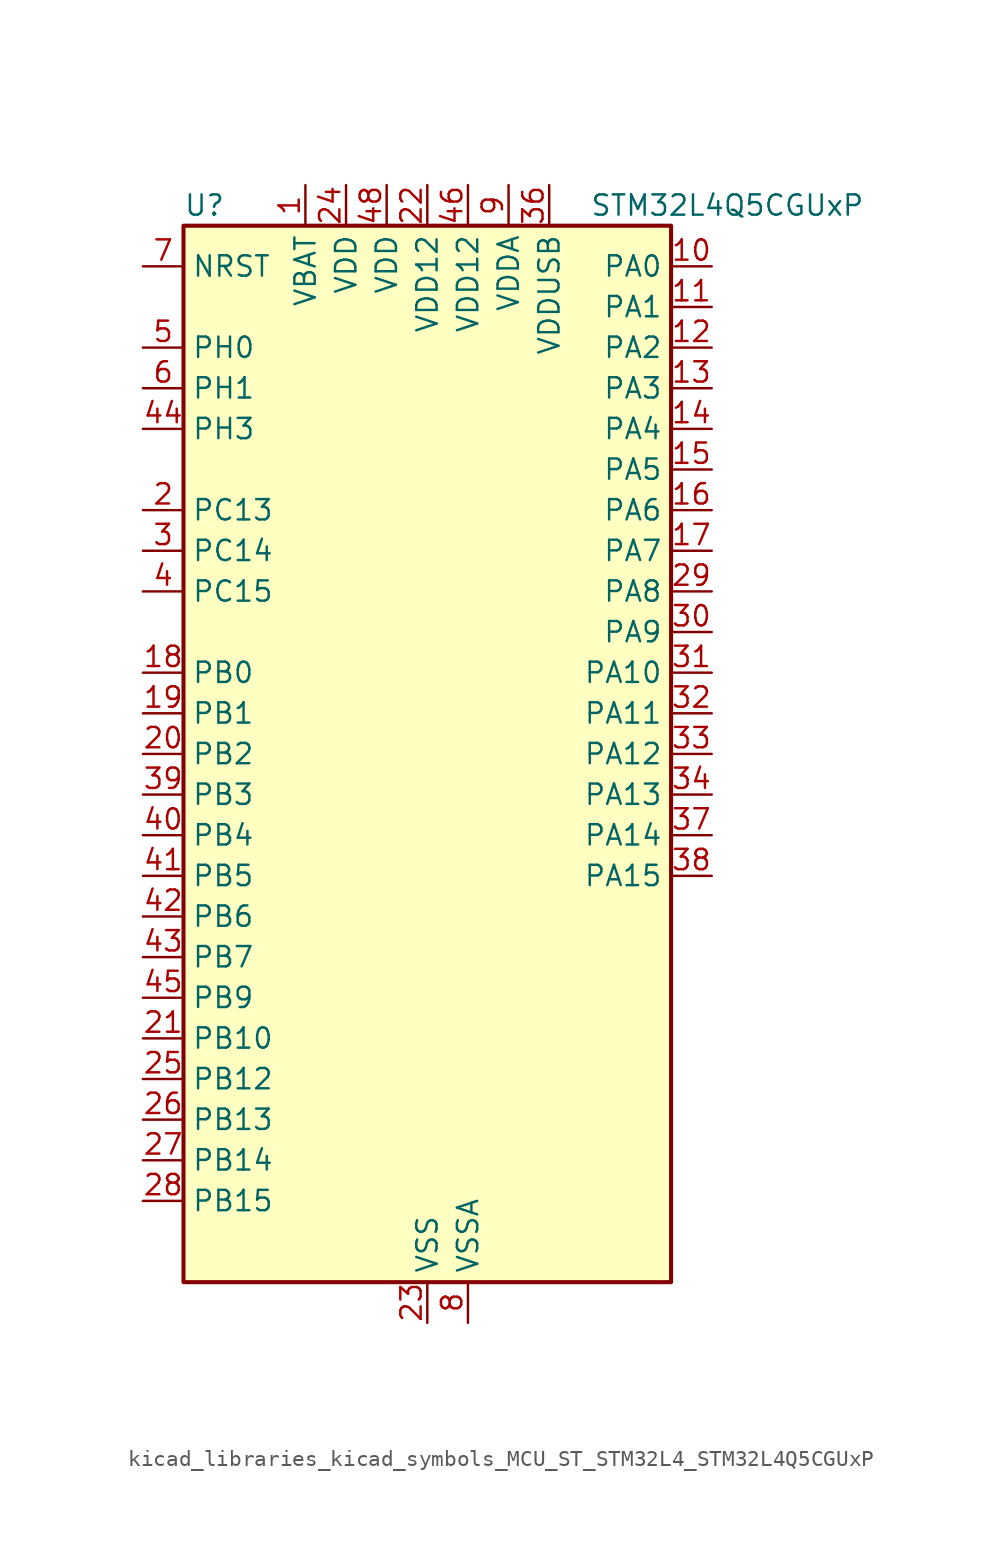
<source format=kicad_sym>
(kicad_symbol_lib
  (version 20220914)
  (generator kicad_symbol_editor)
  (symbol "kicad_libraries_kicad_symbols_MCU_ST_STM32L4_STM32L4Q5CGUxP"
    (property "Reference" "U"
      (at -15.24 34.29 0)
      (effects (font (size 1.27 1.27)) (justify left)))
    (property "Value" "STM32L4Q5CGUxP"
      (at 10.16 34.29 0)
      (effects (font (size 1.27 1.27)) (justify left)))
    (property "ki_locked" ""
      (at 0 0 0)
      (effects (font (size 1.27 1.27))))
    (symbol "kicad_libraries_kicad_symbols_MCU_ST_STM32L4_STM32L4Q5CGUxP_0_1"
      (rectangle (start -15.24 -33.02) (end 15.24 33.02) (stroke (width 0.254) (type default)) (fill (type background))))
    (symbol "kicad_libraries_kicad_symbols_MCU_ST_STM32L4_STM32L4Q5CGUxP_1_1"
      (pin power_in line (at -7.62 35.56 270) (length 2.54) (name "VBAT" (effects (font (size 1.27 1.27)))) (number "1" (effects (font (size 1.27 1.27)))))
      (pin bidirectional line (at 17.78 30.48 180) (length 2.54) (name "PA0" (effects (font (size 1.27 1.27)))) (number "10" (effects (font (size 1.27 1.27)))) (alternate "ADC1_IN5" bidirectional line) (alternate "ADC2_IN5" bidirectional line) (alternate "OPAMP1_VINP" bidirectional line) (alternate "RTC_TAMP2" bidirectional line) (alternate "SAI1_EXTCLK" bidirectional line) (alternate "SYS_WKUP1" bidirectional line) (alternate "TIM2_CH1" bidirectional line) (alternate "TIM2_ETR" bidirectional line) (alternate "TIM5_CH1" bidirectional line) (alternate "TIM8_ETR" bidirectional line) (alternate "UART4_TX" bidirectional line) (alternate "USART2_CTS" bidirectional line) (alternate "USART2_NSS" bidirectional line))
      (pin bidirectional line (at 17.78 27.94 180) (length 2.54) (name "PA1" (effects (font (size 1.27 1.27)))) (number "11" (effects (font (size 1.27 1.27)))) (alternate "ADC1_IN6" bidirectional line) (alternate "ADC2_IN6" bidirectional line) (alternate "I2C1_SMBA" bidirectional line) (alternate "OCTOSPIM_P1_DQS" bidirectional line) (alternate "OPAMP1_VINM" bidirectional line) (alternate "SDMMC2_CMD" bidirectional line) (alternate "SPI1_SCK" bidirectional line) (alternate "TIM15_CH1N" bidirectional line) (alternate "TIM2_CH2" bidirectional line) (alternate "TIM5_CH2" bidirectional line) (alternate "UART4_RX" bidirectional line) (alternate "USART2_DE" bidirectional line) (alternate "USART2_RTS" bidirectional line))
      (pin bidirectional line (at 17.78 25.4 180) (length 2.54) (name "PA2" (effects (font (size 1.27 1.27)))) (number "12" (effects (font (size 1.27 1.27)))) (alternate "ADC1_IN7" bidirectional line) (alternate "ADC2_IN7" bidirectional line) (alternate "LPUART1_TX" bidirectional line) (alternate "OCTOSPIM_P1_NCS" bidirectional line) (alternate "RCC_LSCO" bidirectional line) (alternate "SAI2_EXTCLK" bidirectional line) (alternate "SYS_WKUP4" bidirectional line) (alternate "TIM15_CH1" bidirectional line) (alternate "TIM2_CH3" bidirectional line) (alternate "TIM5_CH3" bidirectional line) (alternate "USART2_TX" bidirectional line))
      (pin bidirectional line (at 17.78 22.86 180) (length 2.54) (name "PA3" (effects (font (size 1.27 1.27)))) (number "13" (effects (font (size 1.27 1.27)))) (alternate "ADC1_IN8" bidirectional line) (alternate "ADC2_IN8" bidirectional line) (alternate "LPUART1_RX" bidirectional line) (alternate "OCTOSPIM_P1_CLK" bidirectional line) (alternate "OPAMP1_VOUT" bidirectional line) (alternate "SAI1_CK1" bidirectional line) (alternate "SAI1_MCLK_A" bidirectional line) (alternate "TIM15_CH2" bidirectional line) (alternate "TIM2_CH4" bidirectional line) (alternate "TIM5_CH4" bidirectional line) (alternate "USART2_RX" bidirectional line))
      (pin bidirectional line (at 17.78 20.32 180) (length 2.54) (name "PA4" (effects (font (size 1.27 1.27)))) (number "14" (effects (font (size 1.27 1.27)))) (alternate "ADC1_IN9" bidirectional line) (alternate "ADC2_IN9" bidirectional line) (alternate "DAC1_OUT1" bidirectional line) (alternate "LPTIM2_OUT" bidirectional line) (alternate "LTDC_CLK" bidirectional line) (alternate "OCTOSPIM_P1_NCS" bidirectional line) (alternate "SAI1_FS_B" bidirectional line) (alternate "SPI1_NSS" bidirectional line) (alternate "SPI3_NSS" bidirectional line) (alternate "USART2_CK" bidirectional line))
      (pin bidirectional line (at 17.78 17.78 180) (length 2.54) (name "PA5" (effects (font (size 1.27 1.27)))) (number "15" (effects (font (size 1.27 1.27)))) (alternate "ADC1_IN10" bidirectional line) (alternate "ADC2_IN10" bidirectional line) (alternate "DAC1_OUT2" bidirectional line) (alternate "LPTIM2_ETR" bidirectional line) (alternate "LTDC_R7" bidirectional line) (alternate "SPI1_SCK" bidirectional line) (alternate "TIM2_CH1" bidirectional line) (alternate "TIM2_ETR" bidirectional line) (alternate "TIM8_CH1N" bidirectional line))
      (pin bidirectional line (at 17.78 15.24 180) (length 2.54) (name "PA6" (effects (font (size 1.27 1.27)))) (number "16" (effects (font (size 1.27 1.27)))) (alternate "ADC1_IN11" bidirectional line) (alternate "ADC2_IN11" bidirectional line) (alternate "LPUART1_CTS" bidirectional line) (alternate "OCTOSPIM_P1_IO3" bidirectional line) (alternate "OPAMP2_VINP" bidirectional line) (alternate "SPI1_MISO" bidirectional line) (alternate "TIM16_CH1" bidirectional line) (alternate "TIM1_BKIN" bidirectional line) (alternate "TIM3_CH1" bidirectional line) (alternate "TIM8_BKIN" bidirectional line) (alternate "USART3_CTS" bidirectional line) (alternate "USART3_NSS" bidirectional line))
      (pin bidirectional line (at 17.78 12.7 180) (length 2.54) (name "PA7" (effects (font (size 1.27 1.27)))) (number "17" (effects (font (size 1.27 1.27)))) (alternate "ADC1_IN12" bidirectional line) (alternate "ADC2_IN12" bidirectional line) (alternate "I2C3_SCL" bidirectional line) (alternate "OCTOSPIM_P1_IO2" bidirectional line) (alternate "OPAMP2_VINM" bidirectional line) (alternate "SPI1_MOSI" bidirectional line) (alternate "TIM17_CH1" bidirectional line) (alternate "TIM1_CH1N" bidirectional line) (alternate "TIM3_CH2" bidirectional line) (alternate "TIM8_CH1N" bidirectional line))
      (pin bidirectional line (at -17.78 5.08 0) (length 2.54) (name "PB0" (effects (font (size 1.27 1.27)))) (number "18" (effects (font (size 1.27 1.27)))) (alternate "ADC1_IN15" bidirectional line) (alternate "ADC2_IN15" bidirectional line) (alternate "COMP1_OUT" bidirectional line) (alternate "LTDC_B6" bidirectional line) (alternate "OCTOSPIM_P1_IO1" bidirectional line) (alternate "OPAMP2_VOUT" bidirectional line) (alternate "SAI1_EXTCLK" bidirectional line) (alternate "SPI1_NSS" bidirectional line) (alternate "TIM1_CH2N" bidirectional line) (alternate "TIM3_CH3" bidirectional line) (alternate "TIM8_CH2N" bidirectional line) (alternate "USART3_CK" bidirectional line))
      (pin bidirectional line (at -17.78 2.54 0) (length 2.54) (name "PB1" (effects (font (size 1.27 1.27)))) (number "19" (effects (font (size 1.27 1.27)))) (alternate "ADC1_IN16" bidirectional line) (alternate "ADC2_IN16" bidirectional line) (alternate "COMP1_INM" bidirectional line) (alternate "DFSDM1_DATIN0" bidirectional line) (alternate "LPTIM2_IN1" bidirectional line) (alternate "LPUART1_DE" bidirectional line) (alternate "LPUART1_RTS" bidirectional line) (alternate "LTDC_G6" bidirectional line) (alternate "OCTOSPIM_P1_IO0" bidirectional line) (alternate "TIM1_CH3N" bidirectional line) (alternate "TIM3_CH4" bidirectional line) (alternate "TIM8_CH3N" bidirectional line) (alternate "USART3_DE" bidirectional line) (alternate "USART3_RTS" bidirectional line))
      (pin bidirectional line (at -17.78 15.24 0) (length 2.54) (name "PC13" (effects (font (size 1.27 1.27)))) (number "2" (effects (font (size 1.27 1.27)))) (alternate "RTC_OUT1" bidirectional line) (alternate "RTC_TAMP1" bidirectional line) (alternate "RTC_TS" bidirectional line) (alternate "SYS_WKUP2" bidirectional line))
      (pin bidirectional line (at -17.78 0 0) (length 2.54) (name "PB2" (effects (font (size 1.27 1.27)))) (number "20" (effects (font (size 1.27 1.27)))) (alternate "COMP1_INP" bidirectional line) (alternate "DFSDM1_CKIN0" bidirectional line) (alternate "I2C3_SMBA" bidirectional line) (alternate "LPTIM1_OUT" bidirectional line) (alternate "OCTOSPIM_P1_DQS" bidirectional line) (alternate "RTC_OUT2" bidirectional line))
      (pin bidirectional line (at -17.78 -17.78 0) (length 2.54) (name "PB10" (effects (font (size 1.27 1.27)))) (number "21" (effects (font (size 1.27 1.27)))) (alternate "COMP1_OUT" bidirectional line) (alternate "I2C2_SCL" bidirectional line) (alternate "I2C4_SCL" bidirectional line) (alternate "LPUART1_RX" bidirectional line) (alternate "OCTOSPIM_P1_CLK" bidirectional line) (alternate "OCTOSPIM_P1_IO3" bidirectional line) (alternate "SAI1_SCK_A" bidirectional line) (alternate "SPI2_SCK" bidirectional line) (alternate "TIM2_CH3" bidirectional line) (alternate "TSC_SYNC" bidirectional line) (alternate "USART3_TX" bidirectional line))
      (pin power_in line (at 0 35.56 270) (length 2.54) (name "VDD12" (effects (font (size 1.27 1.27)))) (number "22" (effects (font (size 1.27 1.27)))))
      (pin power_in line (at 0 -35.56 90) (length 2.54) (name "VSS" (effects (font (size 1.27 1.27)))) (number "23" (effects (font (size 1.27 1.27)))))
      (pin power_in line (at -5.08 35.56 270) (length 2.54) (name "VDD" (effects (font (size 1.27 1.27)))) (number "24" (effects (font (size 1.27 1.27)))))
      (pin bidirectional line (at -17.78 -20.32 0) (length 2.54) (name "PB12" (effects (font (size 1.27 1.27)))) (number "25" (effects (font (size 1.27 1.27)))) (alternate "DFSDM1_DATIN1" bidirectional line) (alternate "I2C2_SMBA" bidirectional line) (alternate "LPUART1_DE" bidirectional line) (alternate "LPUART1_RTS" bidirectional line) (alternate "OCTOSPIM_P1_NCLK" bidirectional line) (alternate "SAI2_FS_A" bidirectional line) (alternate "SDMMC2_CK" bidirectional line) (alternate "SPI2_NSS" bidirectional line) (alternate "TIM15_BKIN" bidirectional line) (alternate "TIM1_BKIN" bidirectional line) (alternate "TSC_G1_IO1" bidirectional line) (alternate "USART3_CK" bidirectional line))
      (pin bidirectional line (at -17.78 -22.86 0) (length 2.54) (name "PB13" (effects (font (size 1.27 1.27)))) (number "26" (effects (font (size 1.27 1.27)))) (alternate "DFSDM1_CKIN1" bidirectional line) (alternate "I2C2_SCL" bidirectional line) (alternate "LPUART1_CTS" bidirectional line) (alternate "OCTOSPIM_P1_IO1" bidirectional line) (alternate "SAI2_SCK_A" bidirectional line) (alternate "SPI2_SCK" bidirectional line) (alternate "TIM15_CH1N" bidirectional line) (alternate "TIM1_CH1N" bidirectional line) (alternate "TSC_G1_IO2" bidirectional line) (alternate "USART3_CTS" bidirectional line) (alternate "USART3_NSS" bidirectional line))
      (pin bidirectional line (at -17.78 -25.4 0) (length 2.54) (name "PB14" (effects (font (size 1.27 1.27)))) (number "27" (effects (font (size 1.27 1.27)))) (alternate "DFSDM1_DATIN2" bidirectional line) (alternate "I2C2_SDA" bidirectional line) (alternate "OCTOSPIM_P1_IO6" bidirectional line) (alternate "SAI2_MCLK_A" bidirectional line) (alternate "SDMMC2_D0" bidirectional line) (alternate "SPI2_MISO" bidirectional line) (alternate "TIM15_CH1" bidirectional line) (alternate "TIM1_CH2N" bidirectional line) (alternate "TIM8_CH2N" bidirectional line) (alternate "TSC_G1_IO3" bidirectional line) (alternate "USART3_DE" bidirectional line) (alternate "USART3_RTS" bidirectional line))
      (pin bidirectional line (at -17.78 -27.94 0) (length 2.54) (name "PB15" (effects (font (size 1.27 1.27)))) (number "28" (effects (font (size 1.27 1.27)))) (alternate "ADC1_EXTI15" bidirectional line) (alternate "ADC2_EXTI15" bidirectional line) (alternate "DFSDM1_CKIN2" bidirectional line) (alternate "OCTOSPIM_P1_IO7" bidirectional line) (alternate "RTC_REFIN" bidirectional line) (alternate "SAI2_SD_A" bidirectional line) (alternate "SDMMC2_D1" bidirectional line) (alternate "SPI2_MOSI" bidirectional line) (alternate "TIM15_CH2" bidirectional line) (alternate "TIM1_CH3N" bidirectional line) (alternate "TIM8_CH3N" bidirectional line) (alternate "TSC_G1_IO4" bidirectional line))
      (pin bidirectional line (at 17.78 10.16 180) (length 2.54) (name "PA8" (effects (font (size 1.27 1.27)))) (number "29" (effects (font (size 1.27 1.27)))) (alternate "LPTIM2_OUT" bidirectional line) (alternate "LTDC_B7" bidirectional line) (alternate "RCC_MCO" bidirectional line) (alternate "SAI1_CK2" bidirectional line) (alternate "SAI1_SCK_A" bidirectional line) (alternate "TIM1_CH1" bidirectional line) (alternate "USART1_CK" bidirectional line) (alternate "USB_OTG_FS_SOF" bidirectional line))
      (pin bidirectional line (at -17.78 12.7 0) (length 2.54) (name "PC14" (effects (font (size 1.27 1.27)))) (number "3" (effects (font (size 1.27 1.27)))) (alternate "RCC_OSC32_IN" bidirectional line))
      (pin bidirectional line (at 17.78 7.62 180) (length 2.54) (name "PA9" (effects (font (size 1.27 1.27)))) (number "30" (effects (font (size 1.27 1.27)))) (alternate "DAC1_EXTI9" bidirectional line) (alternate "LTDC_G7" bidirectional line) (alternate "SAI1_FS_A" bidirectional line) (alternate "SPI2_SCK" bidirectional line) (alternate "TIM15_BKIN" bidirectional line) (alternate "TIM1_CH2" bidirectional line) (alternate "USART1_TX" bidirectional line) (alternate "USB_OTG_FS_VBUS" bidirectional line))
      (pin bidirectional line (at 17.78 5.08 180) (length 2.54) (name "PA10" (effects (font (size 1.27 1.27)))) (number "31" (effects (font (size 1.27 1.27)))) (alternate "LTDC_G6" bidirectional line) (alternate "SAI1_D1" bidirectional line) (alternate "SAI1_SD_A" bidirectional line) (alternate "TIM17_BKIN" bidirectional line) (alternate "TIM1_CH3" bidirectional line) (alternate "USART1_RX" bidirectional line) (alternate "USB_OTG_FS_ID" bidirectional line))
      (pin bidirectional line (at 17.78 2.54 180) (length 2.54) (name "PA11" (effects (font (size 1.27 1.27)))) (number "32" (effects (font (size 1.27 1.27)))) (alternate "ADC1_EXTI11" bidirectional line) (alternate "ADC2_EXTI11" bidirectional line) (alternate "CAN1_RX" bidirectional line) (alternate "LTDC_DE" bidirectional line) (alternate "SPI1_MISO" bidirectional line) (alternate "TIM1_BKIN2" bidirectional line) (alternate "TIM1_CH4" bidirectional line) (alternate "USART1_CTS" bidirectional line) (alternate "USART1_NSS" bidirectional line) (alternate "USB_OTG_FS_DM" bidirectional line))
      (pin bidirectional line (at 17.78 0 180) (length 2.54) (name "PA12" (effects (font (size 1.27 1.27)))) (number "33" (effects (font (size 1.27 1.27)))) (alternate "CAN1_TX" bidirectional line) (alternate "LTDC_VSYNC" bidirectional line) (alternate "OCTOSPIM_P2_NCS" bidirectional line) (alternate "SPI1_MOSI" bidirectional line) (alternate "TIM1_ETR" bidirectional line) (alternate "USART1_DE" bidirectional line) (alternate "USART1_RTS" bidirectional line) (alternate "USB_OTG_FS_DP" bidirectional line))
      (pin bidirectional line (at 17.78 -2.54 180) (length 2.54) (name "PA13" (effects (font (size 1.27 1.27)))) (number "34" (effects (font (size 1.27 1.27)))) (alternate "IR_OUT" bidirectional line) (alternate "SAI1_SD_B" bidirectional line) (alternate "SYS_JTMS-SWDIO" bidirectional line) (alternate "USB_OTG_FS_NOE" bidirectional line))
      (pin passive line (at 0 -35.56 90) (length 2.54) hide (name "VSS" (effects (font (size 1.27 1.27)))) (number "35" (effects (font (size 1.27 1.27)))))
      (pin power_in line (at 7.62 35.56 270) (length 2.54) (name "VDDUSB" (effects (font (size 1.27 1.27)))) (number "36" (effects (font (size 1.27 1.27)))))
      (pin bidirectional line (at 17.78 -5.08 180) (length 2.54) (name "PA14" (effects (font (size 1.27 1.27)))) (number "37" (effects (font (size 1.27 1.27)))) (alternate "I2C1_SMBA" bidirectional line) (alternate "I2C4_SMBA" bidirectional line) (alternate "LPTIM1_OUT" bidirectional line) (alternate "SAI1_FS_B" bidirectional line) (alternate "SYS_JTCK-SWCLK" bidirectional line) (alternate "USB_OTG_FS_SOF" bidirectional line))
      (pin bidirectional line (at 17.78 -7.62 180) (length 2.54) (name "PA15" (effects (font (size 1.27 1.27)))) (number "38" (effects (font (size 1.27 1.27)))) (alternate "ADC1_EXTI15" bidirectional line) (alternate "ADC2_EXTI15" bidirectional line) (alternate "LTDC_HSYNC" bidirectional line) (alternate "SAI2_FS_B" bidirectional line) (alternate "SPI1_NSS" bidirectional line) (alternate "SPI3_NSS" bidirectional line) (alternate "SYS_JTDI" bidirectional line) (alternate "TIM2_CH1" bidirectional line) (alternate "TIM2_ETR" bidirectional line) (alternate "TSC_G3_IO1" bidirectional line) (alternate "UART4_DE" bidirectional line) (alternate "UART4_RTS" bidirectional line) (alternate "USART2_RX" bidirectional line) (alternate "USART3_DE" bidirectional line) (alternate "USART3_RTS" bidirectional line))
      (pin bidirectional line (at -17.78 -2.54 0) (length 2.54) (name "PB3" (effects (font (size 1.27 1.27)))) (number "39" (effects (font (size 1.27 1.27)))) (alternate "COMP2_INM" bidirectional line) (alternate "CRS_SYNC" bidirectional line) (alternate "OCTOSPIM_P1_IO4" bidirectional line) (alternate "SAI1_SCK_B" bidirectional line) (alternate "SDMMC2_D2" bidirectional line) (alternate "SPI1_SCK" bidirectional line) (alternate "SPI3_SCK" bidirectional line) (alternate "SYS_JTDO-SWO" bidirectional line) (alternate "TIM2_CH2" bidirectional line) (alternate "USART1_DE" bidirectional line) (alternate "USART1_RTS" bidirectional line))
      (pin bidirectional line (at -17.78 10.16 0) (length 2.54) (name "PC15" (effects (font (size 1.27 1.27)))) (number "4" (effects (font (size 1.27 1.27)))) (alternate "ADC1_EXTI15" bidirectional line) (alternate "ADC2_EXTI15" bidirectional line) (alternate "RCC_OSC32_OUT" bidirectional line))
      (pin bidirectional line (at -17.78 -5.08 0) (length 2.54) (name "PB4" (effects (font (size 1.27 1.27)))) (number "40" (effects (font (size 1.27 1.27)))) (alternate "COMP2_INP" bidirectional line) (alternate "I2C3_SDA" bidirectional line) (alternate "OCTOSPIM_P1_IO5" bidirectional line) (alternate "SAI1_MCLK_B" bidirectional line) (alternate "SDMMC2_D3" bidirectional line) (alternate "SPI1_MISO" bidirectional line) (alternate "SPI3_MISO" bidirectional line) (alternate "SYS_JTRST" bidirectional line) (alternate "TIM17_BKIN" bidirectional line) (alternate "TIM3_CH1" bidirectional line) (alternate "TSC_G2_IO1" bidirectional line) (alternate "USART1_CTS" bidirectional line) (alternate "USART1_NSS" bidirectional line))
      (pin bidirectional line (at -17.78 -7.62 0) (length 2.54) (name "PB5" (effects (font (size 1.27 1.27)))) (number "41" (effects (font (size 1.27 1.27)))) (alternate "COMP2_OUT" bidirectional line) (alternate "I2C1_SMBA" bidirectional line) (alternate "LPTIM1_IN1" bidirectional line) (alternate "OCTOSPIM_P1_IO0" bidirectional line) (alternate "SAI1_SD_B" bidirectional line) (alternate "SPI1_MOSI" bidirectional line) (alternate "SPI3_MOSI" bidirectional line) (alternate "TIM16_BKIN" bidirectional line) (alternate "TIM3_CH2" bidirectional line) (alternate "TSC_G2_IO2" bidirectional line) (alternate "USART1_CK" bidirectional line))
      (pin bidirectional line (at -17.78 -10.16 0) (length 2.54) (name "PB6" (effects (font (size 1.27 1.27)))) (number "42" (effects (font (size 1.27 1.27)))) (alternate "COMP2_INP" bidirectional line) (alternate "I2C1_SCL" bidirectional line) (alternate "I2C4_SCL" bidirectional line) (alternate "LPTIM1_ETR" bidirectional line) (alternate "LTDC_R6" bidirectional line) (alternate "SAI1_FS_B" bidirectional line) (alternate "TIM16_CH1N" bidirectional line) (alternate "TIM4_CH1" bidirectional line) (alternate "TIM8_BKIN2" bidirectional line) (alternate "TSC_G2_IO3" bidirectional line) (alternate "USART1_TX" bidirectional line))
      (pin bidirectional line (at -17.78 -12.7 0) (length 2.54) (name "PB7" (effects (font (size 1.27 1.27)))) (number "43" (effects (font (size 1.27 1.27)))) (alternate "COMP2_INM" bidirectional line) (alternate "I2C1_SDA" bidirectional line) (alternate "I2C4_SDA" bidirectional line) (alternate "LPTIM1_IN2" bidirectional line) (alternate "LTDC_VSYNC" bidirectional line) (alternate "SYS_PVD_IN" bidirectional line) (alternate "TIM17_CH1N" bidirectional line) (alternate "TIM4_CH2" bidirectional line) (alternate "TIM8_BKIN" bidirectional line) (alternate "TSC_G2_IO4" bidirectional line) (alternate "UART4_CTS" bidirectional line) (alternate "USART1_RX" bidirectional line))
      (pin bidirectional line (at -17.78 20.32 0) (length 2.54) (name "PH3" (effects (font (size 1.27 1.27)))) (number "44" (effects (font (size 1.27 1.27)))))
      (pin bidirectional line (at -17.78 -15.24 0) (length 2.54) (name "PB9" (effects (font (size 1.27 1.27)))) (number "45" (effects (font (size 1.27 1.27)))) (alternate "CAN1_TX" bidirectional line) (alternate "DAC1_EXTI9" bidirectional line) (alternate "I2C1_SDA" bidirectional line) (alternate "IR_OUT" bidirectional line) (alternate "SAI1_D2" bidirectional line) (alternate "SAI1_FS_A" bidirectional line) (alternate "SDMMC2_D5" bidirectional line) (alternate "SPI2_NSS" bidirectional line) (alternate "TIM17_CH1" bidirectional line) (alternate "TIM4_CH4" bidirectional line))
      (pin power_in line (at 2.54 35.56 270) (length 2.54) (name "VDD12" (effects (font (size 1.27 1.27)))) (number "46" (effects (font (size 1.27 1.27)))))
      (pin passive line (at 0 -35.56 90) (length 2.54) hide (name "VSS" (effects (font (size 1.27 1.27)))) (number "47" (effects (font (size 1.27 1.27)))))
      (pin power_in line (at -2.54 35.56 270) (length 2.54) (name "VDD" (effects (font (size 1.27 1.27)))) (number "48" (effects (font (size 1.27 1.27)))))
      (pin passive line (at 0 -35.56 90) (length 2.54) hide (name "VSS" (effects (font (size 1.27 1.27)))) (number "49" (effects (font (size 1.27 1.27)))))
      (pin bidirectional line (at -17.78 25.4 0) (length 2.54) (name "PH0" (effects (font (size 1.27 1.27)))) (number "5" (effects (font (size 1.27 1.27)))) (alternate "RCC_OSC_IN" bidirectional line))
      (pin bidirectional line (at -17.78 22.86 0) (length 2.54) (name "PH1" (effects (font (size 1.27 1.27)))) (number "6" (effects (font (size 1.27 1.27)))) (alternate "RCC_OSC_OUT" bidirectional line))
      (pin input line (at -17.78 30.48 0) (length 2.54) (name "NRST" (effects (font (size 1.27 1.27)))) (number "7" (effects (font (size 1.27 1.27)))))
      (pin power_in line (at 2.54 -35.56 90) (length 2.54) (name "VSSA" (effects (font (size 1.27 1.27)))) (number "8" (effects (font (size 1.27 1.27)))))
      (pin power_in line (at 5.08 35.56 270) (length 2.54) (name "VDDA" (effects (font (size 1.27 1.27)))) (number "9" (effects (font (size 1.27 1.27))))))))
</source>
